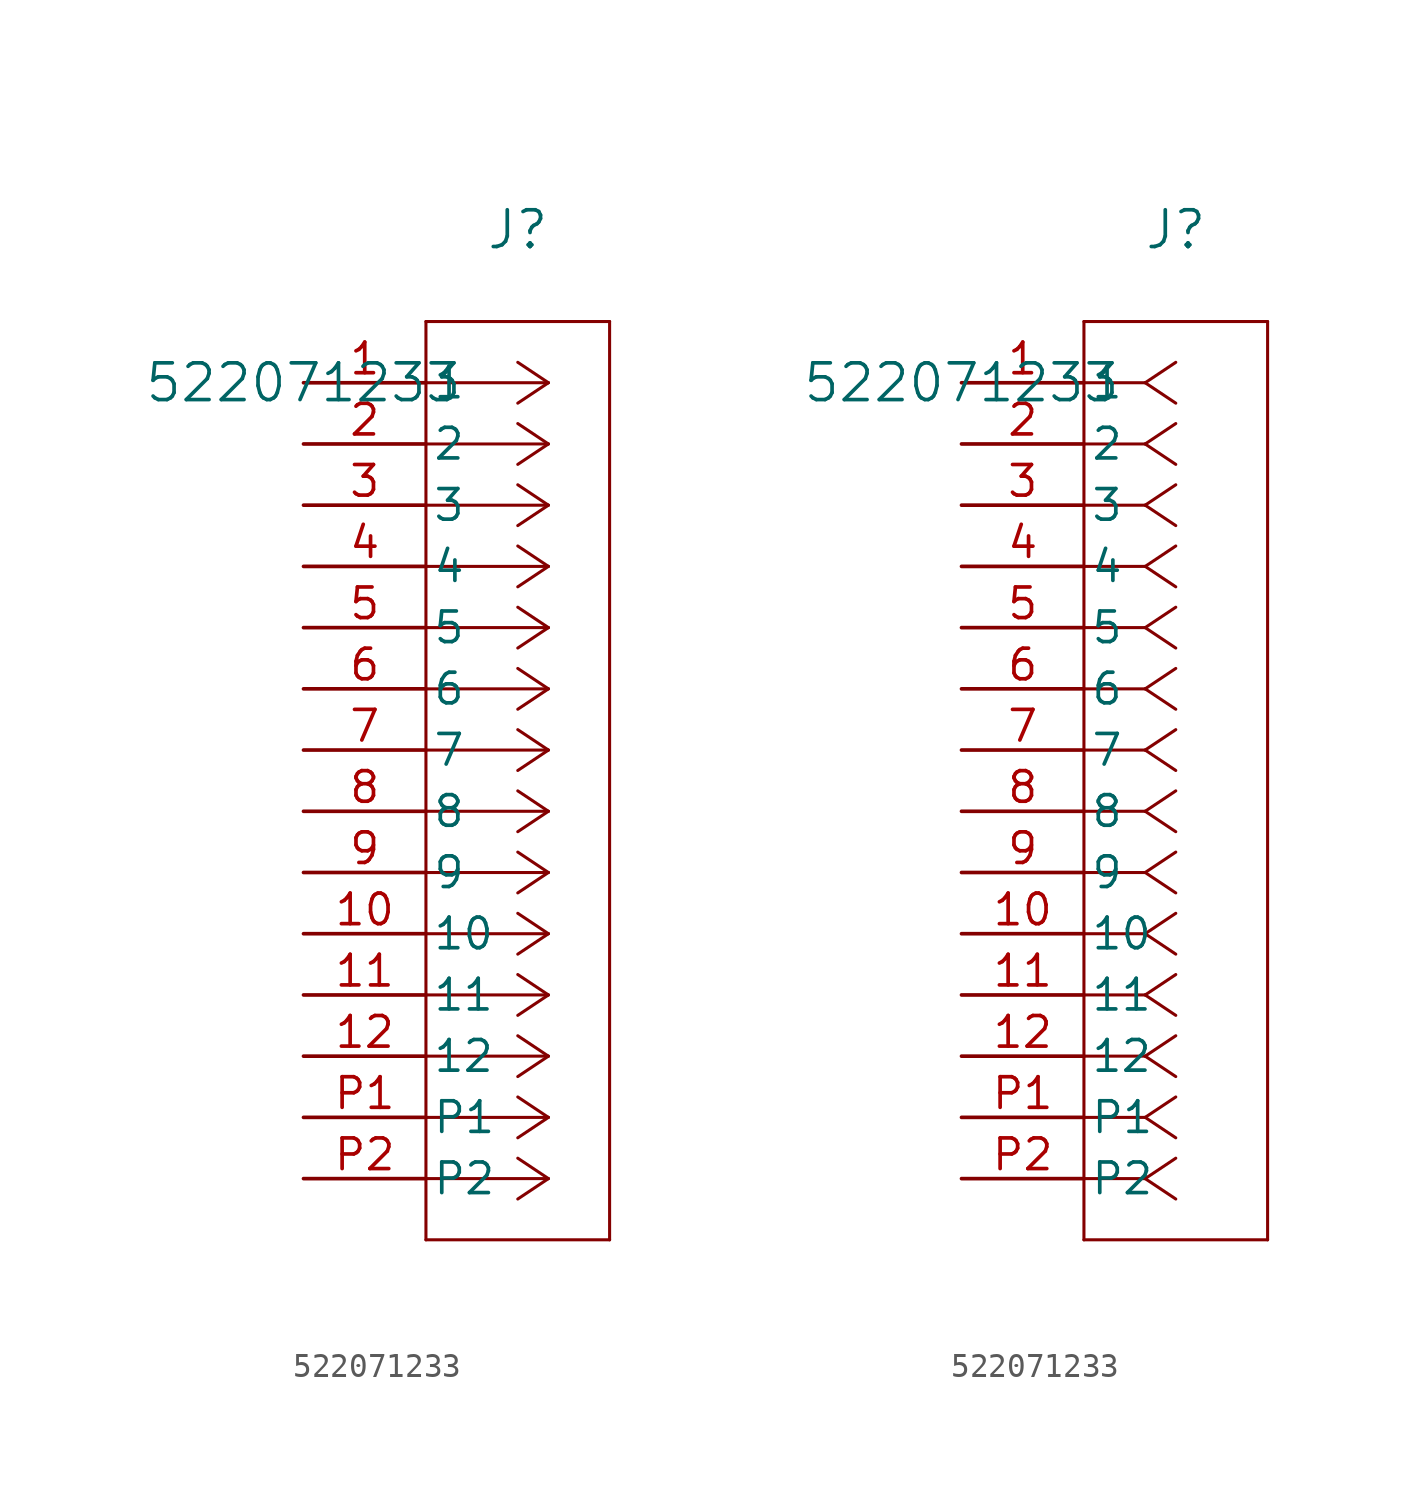
<source format=kicad_sym>
(kicad_symbol_lib
  (version 20211014)
  (generator kicad_symbol_editor)
  (symbol "522071233"
    (pin_names
      (offset 0.254))
    (property "Reference" "J"
      (at 8.89 6.35 0)
      (effects (font (size 1.524 1.524))))
    (property "Value" "522071233"
      (at 0 0 0)
      (effects (font (size 1.524 1.524))))
    (symbol "522071233_1_1"
      (polyline (pts (xy 10.16 0) (xy 5.08 0)) (stroke (width 0.127) (type default) (color 0 0 0 0)) (fill (type none)))
      (polyline (pts (xy 10.16 -2.54) (xy 5.08 -2.54)) (stroke (width 0.127) (type default) (color 0 0 0 0)) (fill (type none)))
      (polyline (pts (xy 10.16 -5.08) (xy 5.08 -5.08)) (stroke (width 0.127) (type default) (color 0 0 0 0)) (fill (type none)))
      (polyline (pts (xy 10.16 -7.62) (xy 5.08 -7.62)) (stroke (width 0.127) (type default) (color 0 0 0 0)) (fill (type none)))
      (polyline (pts (xy 10.16 -10.16) (xy 5.08 -10.16)) (stroke (width 0.127) (type default) (color 0 0 0 0)) (fill (type none)))
      (polyline (pts (xy 10.16 -12.7) (xy 5.08 -12.7)) (stroke (width 0.127) (type default) (color 0 0 0 0)) (fill (type none)))
      (polyline (pts (xy 10.16 -15.24) (xy 5.08 -15.24)) (stroke (width 0.127) (type default) (color 0 0 0 0)) (fill (type none)))
      (polyline (pts (xy 10.16 -17.78) (xy 5.08 -17.78)) (stroke (width 0.127) (type default) (color 0 0 0 0)) (fill (type none)))
      (polyline (pts (xy 10.16 -20.32) (xy 5.08 -20.32)) (stroke (width 0.127) (type default) (color 0 0 0 0)) (fill (type none)))
      (polyline (pts (xy 10.16 -22.86) (xy 5.08 -22.86)) (stroke (width 0.127) (type default) (color 0 0 0 0)) (fill (type none)))
      (polyline (pts (xy 10.16 -25.4) (xy 5.08 -25.4)) (stroke (width 0.127) (type default) (color 0 0 0 0)) (fill (type none)))
      (polyline (pts (xy 10.16 -27.94) (xy 5.08 -27.94)) (stroke (width 0.127) (type default) (color 0 0 0 0)) (fill (type none)))
      (polyline (pts (xy 10.16 -30.48) (xy 5.08 -30.48)) (stroke (width 0.127) (type default) (color 0 0 0 0)) (fill (type none)))
      (polyline (pts (xy 10.16 -33.02) (xy 5.08 -33.02)) (stroke (width 0.127) (type default) (color 0 0 0 0)) (fill (type none)))
      (polyline (pts (xy 10.16 0) (xy 8.89 0.847)) (stroke (width 0.127) (type default) (color 0 0 0 0)) (fill (type none)))
      (polyline (pts (xy 10.16 -2.54) (xy 8.89 -1.693)) (stroke (width 0.127) (type default) (color 0 0 0 0)) (fill (type none)))
      (polyline (pts (xy 10.16 -5.08) (xy 8.89 -4.233)) (stroke (width 0.127) (type default) (color 0 0 0 0)) (fill (type none)))
      (polyline (pts (xy 10.16 -7.62) (xy 8.89 -6.773)) (stroke (width 0.127) (type default) (color 0 0 0 0)) (fill (type none)))
      (polyline (pts (xy 10.16 -10.16) (xy 8.89 -9.313)) (stroke (width 0.127) (type default) (color 0 0 0 0)) (fill (type none)))
      (polyline (pts (xy 10.16 -12.7) (xy 8.89 -11.853)) (stroke (width 0.127) (type default) (color 0 0 0 0)) (fill (type none)))
      (polyline (pts (xy 10.16 -15.24) (xy 8.89 -14.393)) (stroke (width 0.127) (type default) (color 0 0 0 0)) (fill (type none)))
      (polyline (pts (xy 10.16 -17.78) (xy 8.89 -16.933)) (stroke (width 0.127) (type default) (color 0 0 0 0)) (fill (type none)))
      (polyline (pts (xy 10.16 -20.32) (xy 8.89 -19.473)) (stroke (width 0.127) (type default) (color 0 0 0 0)) (fill (type none)))
      (polyline (pts (xy 10.16 -22.86) (xy 8.89 -22.013)) (stroke (width 0.127) (type default) (color 0 0 0 0)) (fill (type none)))
      (polyline (pts (xy 10.16 -25.4) (xy 8.89 -24.553)) (stroke (width 0.127) (type default) (color 0 0 0 0)) (fill (type none)))
      (polyline (pts (xy 10.16 -27.94) (xy 8.89 -27.093)) (stroke (width 0.127) (type default) (color 0 0 0 0)) (fill (type none)))
      (polyline (pts (xy 10.16 -30.48) (xy 8.89 -29.633)) (stroke (width 0.127) (type default) (color 0 0 0 0)) (fill (type none)))
      (polyline (pts (xy 10.16 -33.02) (xy 8.89 -32.173)) (stroke (width 0.127) (type default) (color 0 0 0 0)) (fill (type none)))
      (polyline (pts (xy 10.16 0) (xy 8.89 -0.847)) (stroke (width 0.127) (type default) (color 0 0 0 0)) (fill (type none)))
      (polyline (pts (xy 10.16 -2.54) (xy 8.89 -3.387)) (stroke (width 0.127) (type default) (color 0 0 0 0)) (fill (type none)))
      (polyline (pts (xy 10.16 -5.08) (xy 8.89 -5.927)) (stroke (width 0.127) (type default) (color 0 0 0 0)) (fill (type none)))
      (polyline (pts (xy 10.16 -7.62) (xy 8.89 -8.467)) (stroke (width 0.127) (type default) (color 0 0 0 0)) (fill (type none)))
      (polyline (pts (xy 10.16 -10.16) (xy 8.89 -11.007)) (stroke (width 0.127) (type default) (color 0 0 0 0)) (fill (type none)))
      (polyline (pts (xy 10.16 -12.7) (xy 8.89 -13.547)) (stroke (width 0.127) (type default) (color 0 0 0 0)) (fill (type none)))
      (polyline (pts (xy 10.16 -15.24) (xy 8.89 -16.087)) (stroke (width 0.127) (type default) (color 0 0 0 0)) (fill (type none)))
      (polyline (pts (xy 10.16 -17.78) (xy 8.89 -18.627)) (stroke (width 0.127) (type default) (color 0 0 0 0)) (fill (type none)))
      (polyline (pts (xy 10.16 -20.32) (xy 8.89 -21.167)) (stroke (width 0.127) (type default) (color 0 0 0 0)) (fill (type none)))
      (polyline (pts (xy 10.16 -22.86) (xy 8.89 -23.707)) (stroke (width 0.127) (type default) (color 0 0 0 0)) (fill (type none)))
      (polyline (pts (xy 10.16 -25.4) (xy 8.89 -26.247)) (stroke (width 0.127) (type default) (color 0 0 0 0)) (fill (type none)))
      (polyline (pts (xy 10.16 -27.94) (xy 8.89 -28.787)) (stroke (width 0.127) (type default) (color 0 0 0 0)) (fill (type none)))
      (polyline (pts (xy 10.16 -30.48) (xy 8.89 -31.327)) (stroke (width 0.127) (type default) (color 0 0 0 0)) (fill (type none)))
      (polyline (pts (xy 10.16 -33.02) (xy 8.89 -33.867)) (stroke (width 0.127) (type default) (color 0 0 0 0)) (fill (type none)))
      (polyline (pts (xy 5.08 2.54) (xy 5.08 -35.56)) (stroke (width 0.127) (type default) (color 0 0 0 0)) (fill (type none)))
      (polyline (pts (xy 5.08 -35.56) (xy 12.7 -35.56)) (stroke (width 0.127) (type default) (color 0 0 0 0)) (fill (type none)))
      (polyline (pts (xy 12.7 -35.56) (xy 12.7 2.54)) (stroke (width 0.127) (type default) (color 0 0 0 0)) (fill (type none)))
      (polyline (pts (xy 12.7 2.54) (xy 5.08 2.54)) (stroke (width 0.127) (type default) (color 0 0 0 0)) (fill (type none)))
      (pin unspecified line (at 0 0 0) (length 5.08) (name "1" (effects (font (size 1.27 1.27)))) (number "1" (effects (font (size 1.27 1.27)))))
      (pin unspecified line (at 0 -2.54 0) (length 5.08) (name "2" (effects (font (size 1.27 1.27)))) (number "2" (effects (font (size 1.27 1.27)))))
      (pin unspecified line (at 0 -5.08 0) (length 5.08) (name "3" (effects (font (size 1.27 1.27)))) (number "3" (effects (font (size 1.27 1.27)))))
      (pin unspecified line (at 0 -7.62 0) (length 5.08) (name "4" (effects (font (size 1.27 1.27)))) (number "4" (effects (font (size 1.27 1.27)))))
      (pin unspecified line (at 0 -10.16 0) (length 5.08) (name "5" (effects (font (size 1.27 1.27)))) (number "5" (effects (font (size 1.27 1.27)))))
      (pin unspecified line (at 0 -12.7 0) (length 5.08) (name "6" (effects (font (size 1.27 1.27)))) (number "6" (effects (font (size 1.27 1.27)))))
      (pin unspecified line (at 0 -15.24 0) (length 5.08) (name "7" (effects (font (size 1.27 1.27)))) (number "7" (effects (font (size 1.27 1.27)))))
      (pin unspecified line (at 0 -17.78 0) (length 5.08) (name "8" (effects (font (size 1.27 1.27)))) (number "8" (effects (font (size 1.27 1.27)))))
      (pin unspecified line (at 0 -20.32 0) (length 5.08) (name "9" (effects (font (size 1.27 1.27)))) (number "9" (effects (font (size 1.27 1.27)))))
      (pin unspecified line (at 0 -22.86 0) (length 5.08) (name "10" (effects (font (size 1.27 1.27)))) (number "10" (effects (font (size 1.27 1.27)))))
      (pin unspecified line (at 0 -25.4 0) (length 5.08) (name "11" (effects (font (size 1.27 1.27)))) (number "11" (effects (font (size 1.27 1.27)))))
      (pin unspecified line (at 0 -27.94 0) (length 5.08) (name "12" (effects (font (size 1.27 1.27)))) (number "12" (effects (font (size 1.27 1.27)))))
      (pin unspecified line (at 0 -30.48 0) (length 5.08) (name "P1" (effects (font (size 1.27 1.27)))) (number "P1" (effects (font (size 1.27 1.27)))))
      (pin unspecified line (at 0 -33.02 0) (length 5.08) (name "P2" (effects (font (size 1.27 1.27)))) (number "P2" (effects (font (size 1.27 1.27))))))
    (symbol "522071233_1_2"
      (polyline (pts (xy 7.62 0) (xy 5.08 0)) (stroke (width 0.127) (type default) (color 0 0 0 0)) (fill (type none)))
      (polyline (pts (xy 7.62 -2.54) (xy 5.08 -2.54)) (stroke (width 0.127) (type default) (color 0 0 0 0)) (fill (type none)))
      (polyline (pts (xy 7.62 -5.08) (xy 5.08 -5.08)) (stroke (width 0.127) (type default) (color 0 0 0 0)) (fill (type none)))
      (polyline (pts (xy 7.62 -7.62) (xy 5.08 -7.62)) (stroke (width 0.127) (type default) (color 0 0 0 0)) (fill (type none)))
      (polyline (pts (xy 7.62 -10.16) (xy 5.08 -10.16)) (stroke (width 0.127) (type default) (color 0 0 0 0)) (fill (type none)))
      (polyline (pts (xy 7.62 -12.7) (xy 5.08 -12.7)) (stroke (width 0.127) (type default) (color 0 0 0 0)) (fill (type none)))
      (polyline (pts (xy 7.62 -15.24) (xy 5.08 -15.24)) (stroke (width 0.127) (type default) (color 0 0 0 0)) (fill (type none)))
      (polyline (pts (xy 7.62 -17.78) (xy 5.08 -17.78)) (stroke (width 0.127) (type default) (color 0 0 0 0)) (fill (type none)))
      (polyline (pts (xy 7.62 -20.32) (xy 5.08 -20.32)) (stroke (width 0.127) (type default) (color 0 0 0 0)) (fill (type none)))
      (polyline (pts (xy 7.62 -22.86) (xy 5.08 -22.86)) (stroke (width 0.127) (type default) (color 0 0 0 0)) (fill (type none)))
      (polyline (pts (xy 7.62 -25.4) (xy 5.08 -25.4)) (stroke (width 0.127) (type default) (color 0 0 0 0)) (fill (type none)))
      (polyline (pts (xy 7.62 -27.94) (xy 5.08 -27.94)) (stroke (width 0.127) (type default) (color 0 0 0 0)) (fill (type none)))
      (polyline (pts (xy 7.62 -30.48) (xy 5.08 -30.48)) (stroke (width 0.127) (type default) (color 0 0 0 0)) (fill (type none)))
      (polyline (pts (xy 7.62 -33.02) (xy 5.08 -33.02)) (stroke (width 0.127) (type default) (color 0 0 0 0)) (fill (type none)))
      (polyline (pts (xy 7.62 0) (xy 8.89 0.847)) (stroke (width 0.127) (type default) (color 0 0 0 0)) (fill (type none)))
      (polyline (pts (xy 7.62 -2.54) (xy 8.89 -1.693)) (stroke (width 0.127) (type default) (color 0 0 0 0)) (fill (type none)))
      (polyline (pts (xy 7.62 -5.08) (xy 8.89 -4.233)) (stroke (width 0.127) (type default) (color 0 0 0 0)) (fill (type none)))
      (polyline (pts (xy 7.62 -7.62) (xy 8.89 -6.773)) (stroke (width 0.127) (type default) (color 0 0 0 0)) (fill (type none)))
      (polyline (pts (xy 7.62 -10.16) (xy 8.89 -9.313)) (stroke (width 0.127) (type default) (color 0 0 0 0)) (fill (type none)))
      (polyline (pts (xy 7.62 -12.7) (xy 8.89 -11.853)) (stroke (width 0.127) (type default) (color 0 0 0 0)) (fill (type none)))
      (polyline (pts (xy 7.62 -15.24) (xy 8.89 -14.393)) (stroke (width 0.127) (type default) (color 0 0 0 0)) (fill (type none)))
      (polyline (pts (xy 7.62 -17.78) (xy 8.89 -16.933)) (stroke (width 0.127) (type default) (color 0 0 0 0)) (fill (type none)))
      (polyline (pts (xy 7.62 -20.32) (xy 8.89 -19.473)) (stroke (width 0.127) (type default) (color 0 0 0 0)) (fill (type none)))
      (polyline (pts (xy 7.62 -22.86) (xy 8.89 -22.013)) (stroke (width 0.127) (type default) (color 0 0 0 0)) (fill (type none)))
      (polyline (pts (xy 7.62 -25.4) (xy 8.89 -24.553)) (stroke (width 0.127) (type default) (color 0 0 0 0)) (fill (type none)))
      (polyline (pts (xy 7.62 -27.94) (xy 8.89 -27.093)) (stroke (width 0.127) (type default) (color 0 0 0 0)) (fill (type none)))
      (polyline (pts (xy 7.62 -30.48) (xy 8.89 -29.633)) (stroke (width 0.127) (type default) (color 0 0 0 0)) (fill (type none)))
      (polyline (pts (xy 7.62 -33.02) (xy 8.89 -32.173)) (stroke (width 0.127) (type default) (color 0 0 0 0)) (fill (type none)))
      (polyline (pts (xy 7.62 0) (xy 8.89 -0.847)) (stroke (width 0.127) (type default) (color 0 0 0 0)) (fill (type none)))
      (polyline (pts (xy 7.62 -2.54) (xy 8.89 -3.387)) (stroke (width 0.127) (type default) (color 0 0 0 0)) (fill (type none)))
      (polyline (pts (xy 7.62 -5.08) (xy 8.89 -5.927)) (stroke (width 0.127) (type default) (color 0 0 0 0)) (fill (type none)))
      (polyline (pts (xy 7.62 -7.62) (xy 8.89 -8.467)) (stroke (width 0.127) (type default) (color 0 0 0 0)) (fill (type none)))
      (polyline (pts (xy 7.62 -10.16) (xy 8.89 -11.007)) (stroke (width 0.127) (type default) (color 0 0 0 0)) (fill (type none)))
      (polyline (pts (xy 7.62 -12.7) (xy 8.89 -13.547)) (stroke (width 0.127) (type default) (color 0 0 0 0)) (fill (type none)))
      (polyline (pts (xy 7.62 -15.24) (xy 8.89 -16.087)) (stroke (width 0.127) (type default) (color 0 0 0 0)) (fill (type none)))
      (polyline (pts (xy 7.62 -17.78) (xy 8.89 -18.627)) (stroke (width 0.127) (type default) (color 0 0 0 0)) (fill (type none)))
      (polyline (pts (xy 7.62 -20.32) (xy 8.89 -21.167)) (stroke (width 0.127) (type default) (color 0 0 0 0)) (fill (type none)))
      (polyline (pts (xy 7.62 -22.86) (xy 8.89 -23.707)) (stroke (width 0.127) (type default) (color 0 0 0 0)) (fill (type none)))
      (polyline (pts (xy 7.62 -25.4) (xy 8.89 -26.247)) (stroke (width 0.127) (type default) (color 0 0 0 0)) (fill (type none)))
      (polyline (pts (xy 7.62 -27.94) (xy 8.89 -28.787)) (stroke (width 0.127) (type default) (color 0 0 0 0)) (fill (type none)))
      (polyline (pts (xy 7.62 -30.48) (xy 8.89 -31.327)) (stroke (width 0.127) (type default) (color 0 0 0 0)) (fill (type none)))
      (polyline (pts (xy 7.62 -33.02) (xy 8.89 -33.867)) (stroke (width 0.127) (type default) (color 0 0 0 0)) (fill (type none)))
      (polyline (pts (xy 5.08 2.54) (xy 5.08 -35.56)) (stroke (width 0.127) (type default) (color 0 0 0 0)) (fill (type none)))
      (polyline (pts (xy 5.08 -35.56) (xy 12.7 -35.56)) (stroke (width 0.127) (type default) (color 0 0 0 0)) (fill (type none)))
      (polyline (pts (xy 12.7 -35.56) (xy 12.7 2.54)) (stroke (width 0.127) (type default) (color 0 0 0 0)) (fill (type none)))
      (polyline (pts (xy 12.7 2.54) (xy 5.08 2.54)) (stroke (width 0.127) (type default) (color 0 0 0 0)) (fill (type none)))
      (pin unspecified line (at 0 0 0) (length 5.08) (name "1" (effects (font (size 1.27 1.27)))) (number "1" (effects (font (size 1.27 1.27)))))
      (pin unspecified line (at 0 -2.54 0) (length 5.08) (name "2" (effects (font (size 1.27 1.27)))) (number "2" (effects (font (size 1.27 1.27)))))
      (pin unspecified line (at 0 -5.08 0) (length 5.08) (name "3" (effects (font (size 1.27 1.27)))) (number "3" (effects (font (size 1.27 1.27)))))
      (pin unspecified line (at 0 -7.62 0) (length 5.08) (name "4" (effects (font (size 1.27 1.27)))) (number "4" (effects (font (size 1.27 1.27)))))
      (pin unspecified line (at 0 -10.16 0) (length 5.08) (name "5" (effects (font (size 1.27 1.27)))) (number "5" (effects (font (size 1.27 1.27)))))
      (pin unspecified line (at 0 -12.7 0) (length 5.08) (name "6" (effects (font (size 1.27 1.27)))) (number "6" (effects (font (size 1.27 1.27)))))
      (pin unspecified line (at 0 -15.24 0) (length 5.08) (name "7" (effects (font (size 1.27 1.27)))) (number "7" (effects (font (size 1.27 1.27)))))
      (pin unspecified line (at 0 -17.78 0) (length 5.08) (name "8" (effects (font (size 1.27 1.27)))) (number "8" (effects (font (size 1.27 1.27)))))
      (pin unspecified line (at 0 -20.32 0) (length 5.08) (name "9" (effects (font (size 1.27 1.27)))) (number "9" (effects (font (size 1.27 1.27)))))
      (pin unspecified line (at 0 -22.86 0) (length 5.08) (name "10" (effects (font (size 1.27 1.27)))) (number "10" (effects (font (size 1.27 1.27)))))
      (pin unspecified line (at 0 -25.4 0) (length 5.08) (name "11" (effects (font (size 1.27 1.27)))) (number "11" (effects (font (size 1.27 1.27)))))
      (pin unspecified line (at 0 -27.94 0) (length 5.08) (name "12" (effects (font (size 1.27 1.27)))) (number "12" (effects (font (size 1.27 1.27)))))
      (pin unspecified line (at 0 -30.48 0) (length 5.08) (name "P1" (effects (font (size 1.27 1.27)))) (number "P1" (effects (font (size 1.27 1.27)))))
      (pin unspecified line (at 0 -33.02 0) (length 5.08) (name "P2" (effects (font (size 1.27 1.27)))) (number "P2" (effects (font (size 1.27 1.27))))))))
</source>
